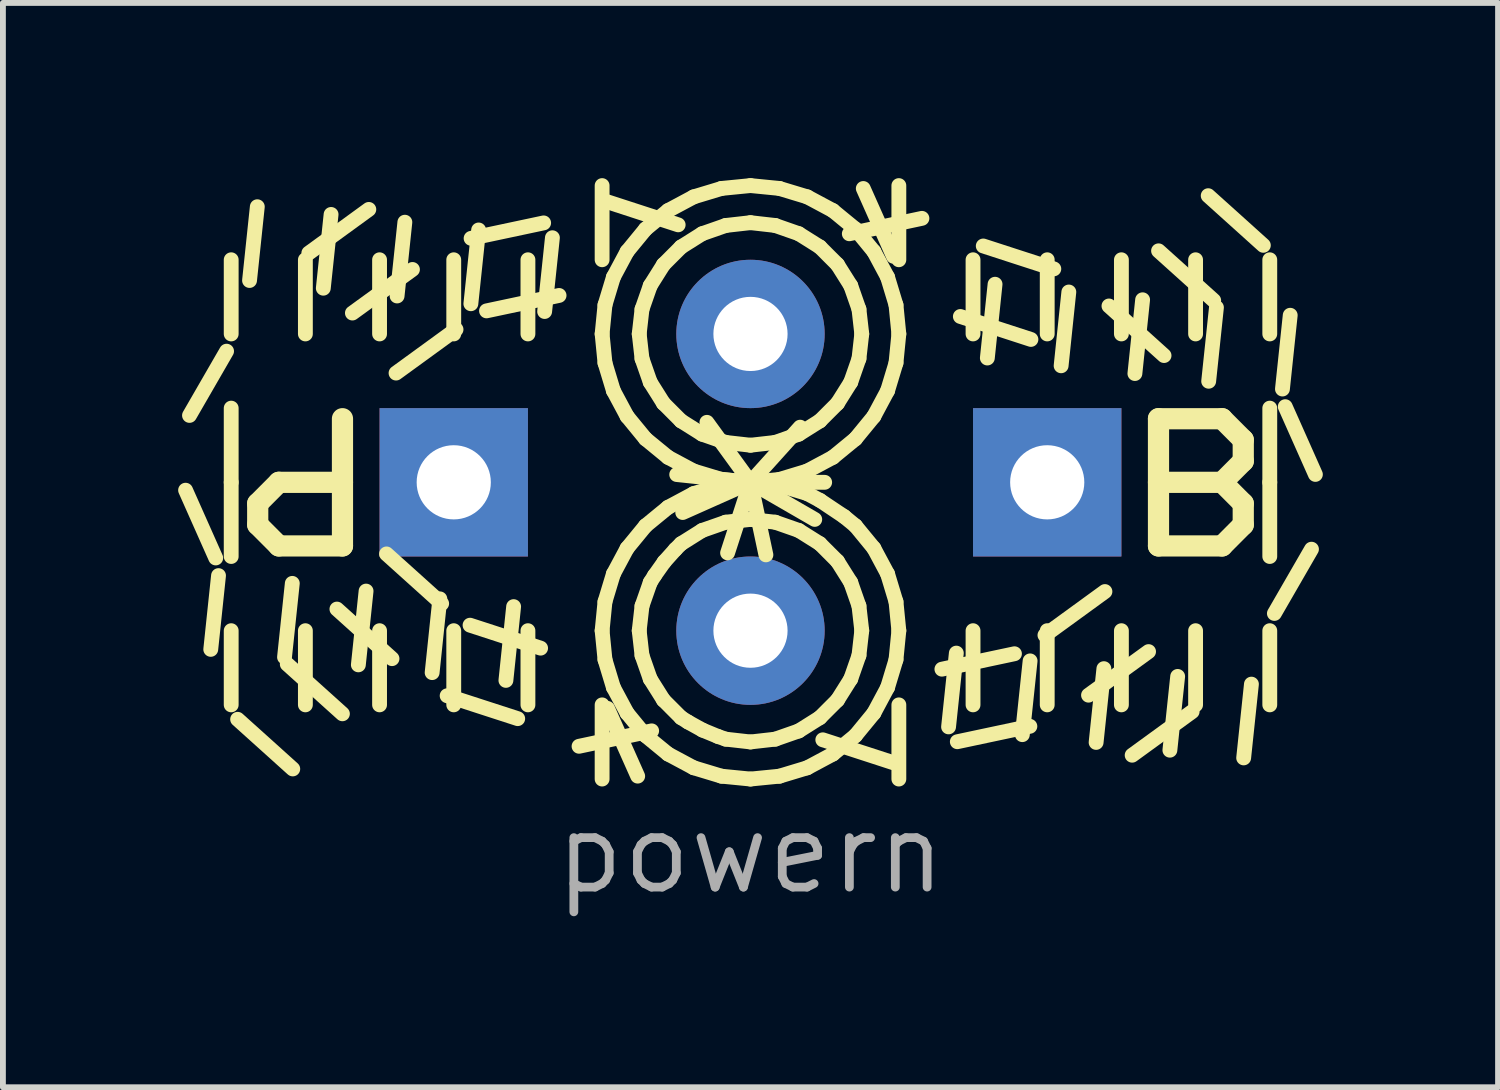
<source format=kicad_pcb>
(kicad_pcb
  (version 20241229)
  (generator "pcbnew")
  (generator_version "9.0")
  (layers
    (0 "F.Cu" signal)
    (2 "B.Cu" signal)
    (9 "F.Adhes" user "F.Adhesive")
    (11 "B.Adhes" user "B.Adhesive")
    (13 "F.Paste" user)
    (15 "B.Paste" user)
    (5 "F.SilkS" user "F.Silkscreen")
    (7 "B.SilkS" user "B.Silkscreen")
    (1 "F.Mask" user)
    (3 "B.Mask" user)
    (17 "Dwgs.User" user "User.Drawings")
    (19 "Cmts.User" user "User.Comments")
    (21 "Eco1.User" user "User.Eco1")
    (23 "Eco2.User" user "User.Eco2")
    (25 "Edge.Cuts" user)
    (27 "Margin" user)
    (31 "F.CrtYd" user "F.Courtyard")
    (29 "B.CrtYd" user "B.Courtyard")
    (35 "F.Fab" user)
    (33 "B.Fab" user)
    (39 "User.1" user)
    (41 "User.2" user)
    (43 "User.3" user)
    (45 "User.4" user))
  (footprint "powern"
    (layer "F.Cu")
    (at 4.718 5.207)
    (property "Reference" "powern" (at 5.08 6.35 0) (layer "F.Fab") (effects (font (size 1.27 1.27) (thickness 0.15))))
    (attr through_hole)
    (fp_line (start -4.524 -1.145) (end -3.889 -2.245) (stroke (width 0.254) (type default)) (layer "F.SilkS"))
    (fp_line (start -4.16 2.86) (end -4.027 1.597) (stroke (width 0.254) (type default)) (layer "F.SilkS"))
    (fp_line (start -4.075 1.295) (end -4.591 0.135) (stroke (width 0.254) (type default)) (layer "F.SilkS"))
    (fp_line (start -3.81 -2.54) (end -3.81 -3.81) (stroke (width 0.254) (type default)) (layer "F.SilkS"))
    (fp_line (start -3.81 0) (end -3.81 -1.27) (stroke (width 0.254) (type default)) (layer "F.SilkS"))
    (fp_line (start -3.81 1.27) (end -3.81 0) (stroke (width 0.254) (type default)) (layer "F.SilkS"))
    (fp_line (start -3.81 3.81) (end -3.81 2.54) (stroke (width 0.254) (type default)) (layer "F.SilkS"))
    (fp_line (start -3.496 -3.455) (end -3.363 -4.718) (stroke (width 0.254) (type default)) (layer "F.SilkS"))
    (fp_line (start -3.356 0.363) (end -2.994 0) (stroke (width 0.363) (type default)) (layer "F.SilkS"))
    (fp_line (start -3.356 0.726) (end -3.356 0.363) (stroke (width 0.363) (type default)) (layer "F.SilkS"))
    (fp_line (start -2.994 0) (end -1.905 0) (stroke (width 0.363) (type default)) (layer "F.SilkS"))
    (fp_line (start -2.994 1.089) (end -3.356 0.726) (stroke (width 0.363) (type default)) (layer "F.SilkS"))
    (fp_line (start -2.897 2.993) (end -2.764 1.73) (stroke (width 0.254) (type default)) (layer "F.SilkS"))
    (fp_line (start -2.756 4.907) (end -3.7 4.057) (stroke (width 0.254) (type default)) (layer "F.SilkS"))
    (fp_line (start -2.54 -2.54) (end -2.54 -3.81) (stroke (width 0.254) (type default)) (layer "F.SilkS"))
    (fp_line (start -2.54 3.81) (end -2.54 2.54) (stroke (width 0.254) (type default)) (layer "F.SilkS"))
    (fp_line (start -2.481 -3.925) (end -1.454 -4.672) (stroke (width 0.254) (type default)) (layer "F.SilkS"))
    (fp_line (start -2.233 -3.323) (end -2.1 -4.586) (stroke (width 0.254) (type default)) (layer "F.SilkS"))
    (fp_line (start -1.906 3.963) (end -2.85 3.113) (stroke (width 0.254) (type default)) (layer "F.SilkS"))
    (fp_line (start -1.905 -1.089) (end -1.905 1.089) (stroke (width 0.363) (type default)) (layer "F.SilkS"))
    (fp_line (start -1.905 1.089) (end -2.994 1.089) (stroke (width 0.363) (type default)) (layer "F.SilkS"))
    (fp_line (start -1.735 -2.898) (end -0.707 -3.644) (stroke (width 0.254) (type default)) (layer "F.SilkS"))
    (fp_line (start -1.633 3.125) (end -1.501 1.862) (stroke (width 0.254) (type default)) (layer "F.SilkS"))
    (fp_line (start -1.27 -2.54) (end -1.27 -3.81) (stroke (width 0.254) (type default)) (layer "F.SilkS"))
    (fp_line (start -1.27 3.81) (end -1.27 2.54) (stroke (width 0.254) (type default)) (layer "F.SilkS"))
    (fp_line (start -1.057 3.019) (end -2 2.17) (stroke (width 0.254) (type default)) (layer "F.SilkS"))
    (fp_line (start -0.988 -1.87) (end 0.039 -2.617) (stroke (width 0.254) (type default)) (layer "F.SilkS"))
    (fp_line (start -0.97 -3.19) (end -0.837 -4.453) (stroke (width 0.254) (type default)) (layer "F.SilkS"))
    (fp_line (start -0.37 3.258) (end -0.238 1.995) (stroke (width 0.254) (type default)) (layer "F.SilkS"))
    (fp_line (start -0.207 2.076) (end -1.151 1.226) (stroke (width 0.254) (type default)) (layer "F.SilkS"))
    (fp_line (start 0 -2.54) (end 0 -3.81) (stroke (width 0.254) (type default)) (layer "F.SilkS"))
    (fp_line (start 0 3.81) (end 0 2.54) (stroke (width 0.254) (type default)) (layer "F.SilkS"))
    (fp_line (start 0.293 -3.057) (end 0.426 -4.32) (stroke (width 0.254) (type default)) (layer "F.SilkS"))
    (fp_line (start 0.297 -4.177) (end 1.539 -4.441) (stroke (width 0.254) (type default)) (layer "F.SilkS"))
    (fp_line (start 0.561 -2.935) (end 1.803 -3.199) (stroke (width 0.254) (type default)) (layer "F.SilkS"))
    (fp_line (start 0.893 3.391) (end 1.025 2.128) (stroke (width 0.254) (type default)) (layer "F.SilkS"))
    (fp_line (start 1.095 4.046) (end -0.113 3.654) (stroke (width 0.254) (type default)) (layer "F.SilkS"))
    (fp_line (start 1.27 -2.54) (end 1.27 -3.81) (stroke (width 0.254) (type default)) (layer "F.SilkS"))
    (fp_line (start 1.27 3.81) (end 1.27 2.54) (stroke (width 0.254) (type default)) (layer "F.SilkS"))
    (fp_line (start 1.487 2.839) (end 0.279 2.446) (stroke (width 0.254) (type default)) (layer "F.SilkS"))
    (fp_line (start 1.556 -2.924) (end 1.689 -4.187) (stroke (width 0.254) (type default)) (layer "F.SilkS"))
    (fp_line (start 2.54 -3.81) (end 2.54 -5.08) (stroke (width 0.254) (type default)) (layer "F.SilkS"))
    (fp_line (start 2.54 -2.54) (end 2.589 -3.036) (stroke (width 0.254) (type default)) (layer "F.SilkS"))
    (fp_line (start 2.54 2.54) (end 2.589 3.036) (stroke (width 0.254) (type default)) (layer "F.SilkS"))
    (fp_line (start 2.54 5.08) (end 2.54 3.81) (stroke (width 0.254) (type default)) (layer "F.SilkS"))
    (fp_line (start 2.589 -3.036) (end 2.733 -3.512) (stroke (width 0.254) (type default)) (layer "F.SilkS"))
    (fp_line (start 2.589 -2.044) (end 2.54 -2.54) (stroke (width 0.254) (type default)) (layer "F.SilkS"))
    (fp_line (start 2.589 2.044) (end 2.54 2.54) (stroke (width 0.254) (type default)) (layer "F.SilkS"))
    (fp_line (start 2.589 3.036) (end 2.733 3.512) (stroke (width 0.254) (type default)) (layer "F.SilkS"))
    (fp_line (start 2.634 -4.801) (end 3.842 -4.408) (stroke (width 0.254) (type default)) (layer "F.SilkS"))
    (fp_line (start 2.733 -3.512) (end 2.968 -3.951) (stroke (width 0.254) (type default)) (layer "F.SilkS"))
    (fp_line (start 2.733 -1.568) (end 2.589 -2.044) (stroke (width 0.254) (type default)) (layer "F.SilkS"))
    (fp_line (start 2.733 1.568) (end 2.589 2.044) (stroke (width 0.254) (type default)) (layer "F.SilkS"))
    (fp_line (start 2.733 3.512) (end 2.968 3.951) (stroke (width 0.254) (type default)) (layer "F.SilkS"))
    (fp_line (start 2.968 -3.951) (end 3.284 -4.336) (stroke (width 0.254) (type default)) (layer "F.SilkS"))
    (fp_line (start 2.968 -1.129) (end 2.733 -1.568) (stroke (width 0.254) (type default)) (layer "F.SilkS"))
    (fp_line (start 2.968 1.129) (end 2.733 1.568) (stroke (width 0.254) (type default)) (layer "F.SilkS"))
    (fp_line (start 2.968 3.951) (end 3.284 4.336) (stroke (width 0.254) (type default)) (layer "F.SilkS"))
    (fp_line (start 3.149 5.03) (end 2.632 3.87) (stroke (width 0.254) (type default)) (layer "F.SilkS"))
    (fp_line (start 3.175 -2.54) (end 3.223 -2.964) (stroke (width 0.254) (type default)) (layer "F.SilkS"))
    (fp_line (start 3.175 2.54) (end 3.223 2.116) (stroke (width 0.254) (type default)) (layer "F.SilkS"))
    (fp_line (start 3.223 -2.964) (end 3.364 -3.367) (stroke (width 0.254) (type default)) (layer "F.SilkS"))
    (fp_line (start 3.223 -2.116) (end 3.175 -2.54) (stroke (width 0.254) (type default)) (layer "F.SilkS"))
    (fp_line (start 3.223 2.116) (end 3.364 1.713) (stroke (width 0.254) (type default)) (layer "F.SilkS"))
    (fp_line (start 3.223 2.964) (end 3.175 2.54) (stroke (width 0.254) (type default)) (layer "F.SilkS"))
    (fp_line (start 3.284 -4.336) (end 3.669 -4.652) (stroke (width 0.254) (type default)) (layer "F.SilkS"))
    (fp_line (start 3.284 -0.744) (end 2.968 -1.129) (stroke (width 0.254) (type default)) (layer "F.SilkS"))
    (fp_line (start 3.284 0.744) (end 2.968 1.129) (stroke (width 0.254) (type default)) (layer "F.SilkS"))
    (fp_line (start 3.284 4.336) (end 3.669 4.652) (stroke (width 0.254) (type default)) (layer "F.SilkS"))
    (fp_line (start 3.364 -3.367) (end 3.591 -3.728) (stroke (width 0.254) (type default)) (layer "F.SilkS"))
    (fp_line (start 3.364 -1.713) (end 3.223 -2.116) (stroke (width 0.254) (type default)) (layer "F.SilkS"))
    (fp_line (start 3.364 1.713) (end 3.438 1.595) (stroke (width 0.254) (type default)) (layer "F.SilkS"))
    (fp_line (start 3.364 3.367) (end 3.223 2.964) (stroke (width 0.254) (type default)) (layer "F.SilkS"))
    (fp_line (start 3.388 4.255) (end 2.145 4.519) (stroke (width 0.254) (type default)) (layer "F.SilkS"))
    (fp_line (start 3.438 1.595) (end 3.603 1.362) (stroke (width 0.254) (type default)) (layer "F.SilkS"))
    (fp_line (start 3.591 -3.728) (end 3.892 -4.029) (stroke (width 0.254) (type default)) (layer "F.SilkS"))
    (fp_line (start 3.591 -1.352) (end 3.364 -1.713) (stroke (width 0.254) (type default)) (layer "F.SilkS"))
    (fp_line (start 3.591 3.728) (end 3.364 3.367) (stroke (width 0.254) (type default)) (layer "F.SilkS"))
    (fp_line (start 3.603 1.362) (end 3.793 1.15) (stroke (width 0.254) (type default)) (layer "F.SilkS"))
    (fp_line (start 3.669 -4.652) (end 4.108 -4.887) (stroke (width 0.254) (type default)) (layer "F.SilkS"))
    (fp_line (start 3.669 -0.428) (end 3.284 -0.744) (stroke (width 0.254) (type default)) (layer "F.SilkS"))
    (fp_line (start 3.669 0.428) (end 3.284 0.744) (stroke (width 0.254) (type default)) (layer "F.SilkS"))
    (fp_line (start 3.669 4.652) (end 4.108 4.887) (stroke (width 0.254) (type default)) (layer "F.SilkS"))
    (fp_line (start 3.793 1.15) (end 3.892 1.051) (stroke (width 0.254) (type default)) (layer "F.SilkS"))
    (fp_line (start 3.892 -4.029) (end 4.253 -4.256) (stroke (width 0.254) (type default)) (layer "F.SilkS"))
    (fp_line (start 3.892 -1.051) (end 3.591 -1.352) (stroke (width 0.254) (type default)) (layer "F.SilkS"))
    (fp_line (start 3.892 1.051) (end 4.253 0.824) (stroke (width 0.254) (type default)) (layer "F.SilkS"))
    (fp_line (start 3.892 4.029) (end 3.591 3.728) (stroke (width 0.254) (type default)) (layer "F.SilkS"))
    (fp_line (start 4.011 4.104) (end 3.892 4.029) (stroke (width 0.254) (type default)) (layer "F.SilkS"))
    (fp_line (start 4.108 -4.887) (end 4.584 -5.031) (stroke (width 0.254) (type default)) (layer "F.SilkS"))
    (fp_line (start 4.108 -0.193) (end 3.669 -0.428) (stroke (width 0.254) (type default)) (layer "F.SilkS"))
    (fp_line (start 4.108 0.193) (end 3.669 0.428) (stroke (width 0.254) (type default)) (layer "F.SilkS"))
    (fp_line (start 4.108 4.887) (end 4.584 5.031) (stroke (width 0.254) (type default)) (layer "F.SilkS"))
    (fp_line (start 4.253 -4.256) (end 4.656 -4.397) (stroke (width 0.254) (type default)) (layer "F.SilkS"))
    (fp_line (start 4.253 -0.824) (end 3.892 -1.051) (stroke (width 0.254) (type default)) (layer "F.SilkS"))
    (fp_line (start 4.253 0.824) (end 4.656 0.683) (stroke (width 0.254) (type default)) (layer "F.SilkS"))
    (fp_line (start 4.26 4.242) (end 4.011 4.104) (stroke (width 0.254) (type default)) (layer "F.SilkS"))
    (fp_line (start 4.524 4.351) (end 4.26 4.242) (stroke (width 0.254) (type default)) (layer "F.SilkS"))
    (fp_line (start 4.584 -5.031) (end 5.08 -5.08) (stroke (width 0.254) (type default)) (layer "F.SilkS"))
    (fp_line (start 4.584 -0.049) (end 4.108 -0.193) (stroke (width 0.254) (type default)) (layer "F.SilkS"))
    (fp_line (start 4.584 0.049) (end 4.108 0.193) (stroke (width 0.254) (type default)) (layer "F.SilkS"))
    (fp_line (start 4.584 5.031) (end 5.08 5.08) (stroke (width 0.254) (type default)) (layer "F.SilkS"))
    (fp_line (start 4.656 -4.397) (end 5.08 -4.445) (stroke (width 0.254) (type default)) (layer "F.SilkS"))
    (fp_line (start 4.656 -0.683) (end 4.253 -0.824) (stroke (width 0.254) (type default)) (layer "F.SilkS"))
    (fp_line (start 4.656 0.683) (end 5.08 0.635) (stroke (width 0.254) (type default)) (layer "F.SilkS"))
    (fp_line (start 4.656 4.397) (end 4.524 4.351) (stroke (width 0.254) (type default)) (layer "F.SilkS"))
    (fp_line (start 5.08 -5.08) (end 5.576 -5.031) (stroke (width 0.254) (type default)) (layer "F.SilkS"))
    (fp_line (start 5.08 -4.445) (end 5.504 -4.397) (stroke (width 0.254) (type default)) (layer "F.SilkS"))
    (fp_line (start 5.08 -0.635) (end 4.656 -0.683) (stroke (width 0.254) (type default)) (layer "F.SilkS"))
    (fp_line (start 5.08 0) (end 3.817 -0.133) (stroke (width 0.254) (type default)) (layer "F.SilkS"))
    (fp_line (start 5.08 0) (end 3.92 0.517) (stroke (width 0.254) (type default)) (layer "F.SilkS"))
    (fp_line (start 5.08 0) (end 4.334 -1.027) (stroke (width 0.254) (type default)) (layer "F.SilkS"))
    (fp_line (start 5.08 0) (end 4.584 -0.049) (stroke (width 0.254) (type default)) (layer "F.SilkS"))
    (fp_line (start 5.08 0) (end 4.584 0.049) (stroke (width 0.254) (type default)) (layer "F.SilkS"))
    (fp_line (start 5.08 0) (end 4.688 1.208) (stroke (width 0.254) (type default)) (layer "F.SilkS"))
    (fp_line (start 5.08 0) (end 5.344 1.242) (stroke (width 0.254) (type default)) (layer "F.SilkS"))
    (fp_line (start 5.08 0) (end 5.93 -0.944) (stroke (width 0.254) (type default)) (layer "F.SilkS"))
    (fp_line (start 5.08 0) (end 6.18 0.635) (stroke (width 0.254) (type default)) (layer "F.SilkS"))
    (fp_line (start 5.08 0) (end 6.35 0) (stroke (width 0.254) (type default)) (layer "F.SilkS"))
    (fp_line (start 5.08 0.635) (end 5.504 0.683) (stroke (width 0.254) (type default)) (layer "F.SilkS"))
    (fp_line (start 5.08 4.445) (end 4.656 4.397) (stroke (width 0.254) (type default)) (layer "F.SilkS"))
    (fp_line (start 5.08 5.08) (end 5.576 5.031) (stroke (width 0.254) (type default)) (layer "F.SilkS"))
    (fp_line (start 5.504 -4.397) (end 5.907 -4.256) (stroke (width 0.254) (type default)) (layer "F.SilkS"))
    (fp_line (start 5.504 -0.683) (end 5.08 -0.635) (stroke (width 0.254) (type default)) (layer "F.SilkS"))
    (fp_line (start 5.504 0.683) (end 5.907 0.824) (stroke (width 0.254) (type default)) (layer "F.SilkS"))
    (fp_line (start 5.504 4.397) (end 5.08 4.445) (stroke (width 0.254) (type default)) (layer "F.SilkS"))
    (fp_line (start 5.576 -5.031) (end 6.052 -4.887) (stroke (width 0.254) (type default)) (layer "F.SilkS"))
    (fp_line (start 5.576 -0.049) (end 5.08 0) (stroke (width 0.254) (type default)) (layer "F.SilkS"))
    (fp_line (start 5.576 0.049) (end 5.08 0) (stroke (width 0.254) (type default)) (layer "F.SilkS"))
    (fp_line (start 5.576 5.031) (end 6.052 4.887) (stroke (width 0.254) (type default)) (layer "F.SilkS"))
    (fp_line (start 5.907 -4.256) (end 6.268 -4.029) (stroke (width 0.254) (type default)) (layer "F.SilkS"))
    (fp_line (start 5.907 -0.824) (end 5.504 -0.683) (stroke (width 0.254) (type default)) (layer "F.SilkS"))
    (fp_line (start 5.907 0.824) (end 6.268 1.051) (stroke (width 0.254) (type default)) (layer "F.SilkS"))
    (fp_line (start 5.907 4.256) (end 5.504 4.397) (stroke (width 0.254) (type default)) (layer "F.SilkS"))
    (fp_line (start 6.052 -4.887) (end 6.491 -4.652) (stroke (width 0.254) (type default)) (layer "F.SilkS"))
    (fp_line (start 6.052 -0.193) (end 5.576 -0.049) (stroke (width 0.254) (type default)) (layer "F.SilkS"))
    (fp_line (start 6.052 0.193) (end 5.576 0.049) (stroke (width 0.254) (type default)) (layer "F.SilkS"))
    (fp_line (start 6.052 4.887) (end 6.491 4.652) (stroke (width 0.254) (type default)) (layer "F.SilkS"))
    (fp_line (start 6.268 -4.029) (end 6.569 -3.728) (stroke (width 0.254) (type default)) (layer "F.SilkS"))
    (fp_line (start 6.268 -1.051) (end 5.907 -0.824) (stroke (width 0.254) (type default)) (layer "F.SilkS"))
    (fp_line (start 6.268 1.051) (end 6.569 1.352) (stroke (width 0.254) (type default)) (layer "F.SilkS"))
    (fp_line (start 6.268 4.029) (end 5.907 4.256) (stroke (width 0.254) (type default)) (layer "F.SilkS"))
    (fp_line (start 6.271 0.31) (end 6.052 0.193) (stroke (width 0.254) (type default)) (layer "F.SilkS"))
    (fp_line (start 6.491 -4.652) (end 6.876 -4.336) (stroke (width 0.254) (type default)) (layer "F.SilkS"))
    (fp_line (start 6.491 -0.428) (end 6.052 -0.193) (stroke (width 0.254) (type default)) (layer "F.SilkS"))
    (fp_line (start 6.491 4.652) (end 6.876 4.336) (stroke (width 0.254) (type default)) (layer "F.SilkS"))
    (fp_line (start 6.569 -3.728) (end 6.796 -3.367) (stroke (width 0.254) (type default)) (layer "F.SilkS"))
    (fp_line (start 6.569 -1.352) (end 6.268 -1.051) (stroke (width 0.254) (type default)) (layer "F.SilkS"))
    (fp_line (start 6.569 1.352) (end 6.796 1.713) (stroke (width 0.254) (type default)) (layer "F.SilkS"))
    (fp_line (start 6.569 3.728) (end 6.268 4.029) (stroke (width 0.254) (type default)) (layer "F.SilkS"))
    (fp_line (start 6.685 0.587) (end 6.271 0.31) (stroke (width 0.254) (type default)) (layer "F.SilkS"))
    (fp_line (start 6.772 -4.255) (end 8.015 -4.519) (stroke (width 0.254) (type default)) (layer "F.SilkS"))
    (fp_line (start 6.796 -3.367) (end 6.937 -2.964) (stroke (width 0.254) (type default)) (layer "F.SilkS"))
    (fp_line (start 6.796 -1.713) (end 6.569 -1.352) (stroke (width 0.254) (type default)) (layer "F.SilkS"))
    (fp_line (start 6.796 1.713) (end 6.937 2.116) (stroke (width 0.254) (type default)) (layer "F.SilkS"))
    (fp_line (start 6.796 3.367) (end 6.569 3.728) (stroke (width 0.254) (type default)) (layer "F.SilkS"))
    (fp_line (start 6.876 -4.336) (end 7.192 -3.951) (stroke (width 0.254) (type default)) (layer "F.SilkS"))
    (fp_line (start 6.876 -0.744) (end 6.491 -0.428) (stroke (width 0.254) (type default)) (layer "F.SilkS"))
    (fp_line (start 6.876 0.744) (end 6.685 0.587) (stroke (width 0.254) (type default)) (layer "F.SilkS"))
    (fp_line (start 6.876 4.336) (end 7.192 3.951) (stroke (width 0.254) (type default)) (layer "F.SilkS"))
    (fp_line (start 6.937 -2.964) (end 6.985 -2.54) (stroke (width 0.254) (type default)) (layer "F.SilkS"))
    (fp_line (start 6.937 -2.116) (end 6.796 -1.713) (stroke (width 0.254) (type default)) (layer "F.SilkS"))
    (fp_line (start 6.937 2.116) (end 6.985 2.54) (stroke (width 0.254) (type default)) (layer "F.SilkS"))
    (fp_line (start 6.937 2.964) (end 6.796 3.367) (stroke (width 0.254) (type default)) (layer "F.SilkS"))
    (fp_line (start 6.985 -2.54) (end 6.937 -2.116) (stroke (width 0.254) (type default)) (layer "F.SilkS"))
    (fp_line (start 6.985 2.54) (end 6.937 2.964) (stroke (width 0.254) (type default)) (layer "F.SilkS"))
    (fp_line (start 7.011 -5.03) (end 7.527 -3.87) (stroke (width 0.254) (type default)) (layer "F.SilkS"))
    (fp_line (start 7.192 -3.951) (end 7.427 -3.512) (stroke (width 0.254) (type default)) (layer "F.SilkS"))
    (fp_line (start 7.192 -1.129) (end 6.876 -0.744) (stroke (width 0.254) (type default)) (layer "F.SilkS"))
    (fp_line (start 7.192 1.129) (end 6.876 0.744) (stroke (width 0.254) (type default)) (layer "F.SilkS"))
    (fp_line (start 7.192 3.951) (end 7.427 3.512) (stroke (width 0.254) (type default)) (layer "F.SilkS"))
    (fp_line (start 7.427 -3.512) (end 7.571 -3.036) (stroke (width 0.254) (type default)) (layer "F.SilkS"))
    (fp_line (start 7.427 -1.568) (end 7.192 -1.129) (stroke (width 0.254) (type default)) (layer "F.SilkS"))
    (fp_line (start 7.427 1.568) (end 7.192 1.129) (stroke (width 0.254) (type default)) (layer "F.SilkS"))
    (fp_line (start 7.427 3.512) (end 7.571 3.036) (stroke (width 0.254) (type default)) (layer "F.SilkS"))
    (fp_line (start 7.526 4.801) (end 6.318 4.408) (stroke (width 0.254) (type default)) (layer "F.SilkS"))
    (fp_line (start 7.571 -3.036) (end 7.62 -2.54) (stroke (width 0.254) (type default)) (layer "F.SilkS"))
    (fp_line (start 7.571 -2.044) (end 7.427 -1.568) (stroke (width 0.254) (type default)) (layer "F.SilkS"))
    (fp_line (start 7.571 2.044) (end 7.427 1.568) (stroke (width 0.254) (type default)) (layer "F.SilkS"))
    (fp_line (start 7.571 3.036) (end 7.62 2.54) (stroke (width 0.254) (type default)) (layer "F.SilkS"))
    (fp_line (start 7.62 -5.08) (end 7.62 -3.81) (stroke (width 0.254) (type default)) (layer "F.SilkS"))
    (fp_line (start 7.62 -2.54) (end 7.571 -2.044) (stroke (width 0.254) (type default)) (layer "F.SilkS"))
    (fp_line (start 7.62 2.54) (end 7.571 2.044) (stroke (width 0.254) (type default)) (layer "F.SilkS"))
    (fp_line (start 7.62 3.81) (end 7.62 5.08) (stroke (width 0.254) (type default)) (layer "F.SilkS"))
    (fp_line (start 8.604 2.924) (end 8.471 4.187) (stroke (width 0.254) (type default)) (layer "F.SilkS"))
    (fp_line (start 8.673 -2.839) (end 9.881 -2.446) (stroke (width 0.254) (type default)) (layer "F.SilkS"))
    (fp_line (start 8.89 -3.81) (end 8.89 -2.54) (stroke (width 0.254) (type default)) (layer "F.SilkS"))
    (fp_line (start 8.89 2.54) (end 8.89 3.81) (stroke (width 0.254) (type default)) (layer "F.SilkS"))
    (fp_line (start 9.065 -4.046) (end 10.273 -3.654) (stroke (width 0.254) (type default)) (layer "F.SilkS"))
    (fp_line (start 9.267 -3.391) (end 9.135 -2.128) (stroke (width 0.254) (type default)) (layer "F.SilkS"))
    (fp_line (start 9.599 2.935) (end 8.357 3.199) (stroke (width 0.254) (type default)) (layer "F.SilkS"))
    (fp_line (start 9.863 4.177) (end 8.621 4.441) (stroke (width 0.254) (type default)) (layer "F.SilkS"))
    (fp_line (start 9.867 3.057) (end 9.734 4.32) (stroke (width 0.254) (type default)) (layer "F.SilkS"))
    (fp_line (start 10.16 -3.81) (end 10.16 -2.54) (stroke (width 0.254) (type default)) (layer "F.SilkS"))
    (fp_line (start 10.16 2.54) (end 10.16 3.81) (stroke (width 0.254) (type default)) (layer "F.SilkS"))
    (fp_line (start 10.53 -3.258) (end 10.398 -1.995) (stroke (width 0.254) (type default)) (layer "F.SilkS"))
    (fp_line (start 11.13 3.19) (end 10.997 4.453) (stroke (width 0.254) (type default)) (layer "F.SilkS"))
    (fp_line (start 11.148 1.87) (end 10.121 2.617) (stroke (width 0.254) (type default)) (layer "F.SilkS"))
    (fp_line (start 11.217 -3.019) (end 12.16 -2.17) (stroke (width 0.254) (type default)) (layer "F.SilkS"))
    (fp_line (start 11.43 -3.81) (end 11.43 -2.54) (stroke (width 0.254) (type default)) (layer "F.SilkS"))
    (fp_line (start 11.43 2.54) (end 11.43 3.81) (stroke (width 0.254) (type default)) (layer "F.SilkS"))
    (fp_line (start 11.793 -3.125) (end 11.661 -1.862) (stroke (width 0.254) (type default)) (layer "F.SilkS"))
    (fp_line (start 11.895 2.898) (end 10.867 3.644) (stroke (width 0.254) (type default)) (layer "F.SilkS"))
    (fp_line (start 12.065 -1.089) (end 12.065 1.089) (stroke (width 0.363) (type default)) (layer "F.SilkS"))
    (fp_line (start 12.065 1.089) (end 13.154 1.089) (stroke (width 0.363) (type default)) (layer "F.SilkS"))
    (fp_line (start 12.066 -3.963) (end 13.01 -3.113) (stroke (width 0.254) (type default)) (layer "F.SilkS"))
    (fp_line (start 12.393 3.323) (end 12.26 4.586) (stroke (width 0.254) (type default)) (layer "F.SilkS"))
    (fp_line (start 12.641 3.925) (end 11.614 4.672) (stroke (width 0.254) (type default)) (layer "F.SilkS"))
    (fp_line (start 12.7 -3.81) (end 12.7 -2.54) (stroke (width 0.254) (type default)) (layer "F.SilkS"))
    (fp_line (start 12.7 2.54) (end 12.7 3.81) (stroke (width 0.254) (type default)) (layer "F.SilkS"))
    (fp_line (start 12.916 -4.907) (end 13.86 -4.057) (stroke (width 0.254) (type default)) (layer "F.SilkS"))
    (fp_line (start 13.057 -2.993) (end 12.924 -1.73) (stroke (width 0.254) (type default)) (layer "F.SilkS"))
    (fp_line (start 13.154 -1.089) (end 12.065 -1.089) (stroke (width 0.363) (type default)) (layer "F.SilkS"))
    (fp_line (start 13.154 0) (end 12.065 0) (stroke (width 0.363) (type default)) (layer "F.SilkS"))
    (fp_line (start 13.154 0) (end 13.516 -0.363) (stroke (width 0.363) (type default)) (layer "F.SilkS"))
    (fp_line (start 13.154 1.089) (end 13.516 0.726) (stroke (width 0.363) (type default)) (layer "F.SilkS"))
    (fp_line (start 13.516 -0.726) (end 13.154 -1.089) (stroke (width 0.363) (type default)) (layer "F.SilkS"))
    (fp_line (start 13.516 -0.363) (end 13.516 -0.726) (stroke (width 0.363) (type default)) (layer "F.SilkS"))
    (fp_line (start 13.516 0.363) (end 13.154 0) (stroke (width 0.363) (type default)) (layer "F.SilkS"))
    (fp_line (start 13.516 0.726) (end 13.516 0.363) (stroke (width 0.363) (type default)) (layer "F.SilkS"))
    (fp_line (start 13.656 3.455) (end 13.523 4.718) (stroke (width 0.254) (type default)) (layer "F.SilkS"))
    (fp_line (start 13.97 -3.81) (end 13.97 -2.54) (stroke (width 0.254) (type default)) (layer "F.SilkS"))
    (fp_line (start 13.97 -1.27) (end 13.97 0) (stroke (width 0.254) (type default)) (layer "F.SilkS"))
    (fp_line (start 13.97 0) (end 13.97 1.27) (stroke (width 0.254) (type default)) (layer "F.SilkS"))
    (fp_line (start 13.97 2.54) (end 13.97 3.81) (stroke (width 0.254) (type default)) (layer "F.SilkS"))
    (fp_line (start 14.235 -1.295) (end 14.751 -0.135) (stroke (width 0.254) (type default)) (layer "F.SilkS"))
    (fp_line (start 14.32 -2.86) (end 14.187 -1.597) (stroke (width 0.254) (type default)) (layer "F.SilkS"))
    (fp_line (start 14.684 1.145) (end 14.049 2.245) (stroke (width 0.254) (type default)) (layer "F.SilkS"))
    (pad "1" thru_hole rect (at 0 0) (size 2.54 2.54) (drill 1.27) (layers "*.Cu" "*.Mask"))
    (pad "2" thru_hole rect (at 10.16 0) (size 2.54 2.54) (drill 1.27) (layers "*.Cu" "*.Mask"))
    (pad "3" thru_hole circle (at 5.08 -2.54) (size 2.54 2.54) (drill 1.27) (layers "*.Cu" "*.Mask"))
    (pad "4" thru_hole circle (at 5.08 2.54) (size 2.54 2.54) (drill 1.27) (layers "*.Cu" "*.Mask")))
  (gr_rect
    (start -3 -3)
    (end 22.596 15.563)
    (stroke (width 0.1) (type default))
    (fill no)
    (layer "Edge.Cuts")))
</source>
